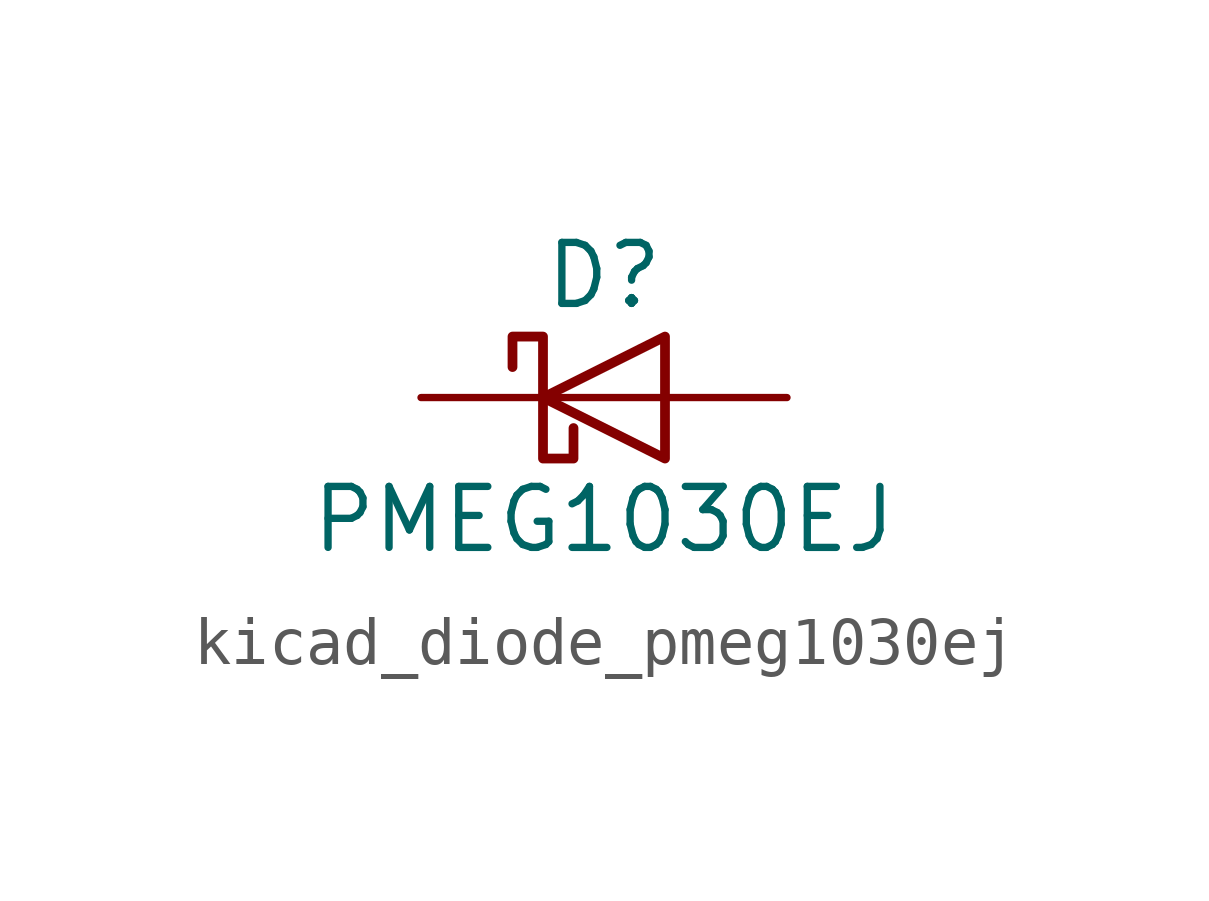
<source format=kicad_sym>
(kicad_symbol_lib
  (version 20220914)
  (generator kicad_symbol_editor)
  (symbol "kicad_diode_pmeg1030ej"
    (pin_numbers hide)
    (pin_names hide)
    (property "Reference" "D"
      (at 0 2.54 0)
      (effects (font (size 1.27 1.27))))
    (property "Value" "PMEG1030EJ"
      (at 0 -2.54 0)
      (effects (font (size 1.27 1.27))))
    (symbol "kicad_diode_pmeg1030ej_0_1"
      (polyline (pts (xy 1.27 0) (xy -1.27 0)) (stroke (width 0) (type default)) (fill (type none)))
      (polyline (pts (xy 1.27 1.27) (xy 1.27 -1.27) (xy -1.27 0) (xy 1.27 1.27)) (stroke (width 0.203) (type default)) (fill (type none)))
      (polyline (pts (xy -1.905 0.635) (xy -1.905 1.27) (xy -1.27 1.27) (xy -1.27 -1.27) (xy -0.635 -1.27) (xy -0.635 -0.635)) (stroke (width 0.203) (type default)) (fill (type none))))
    (symbol "kicad_diode_pmeg1030ej_1_1"
      (pin passive line (at -3.81 0 0) (length 2.54) (name "K" (effects (font (size 1.27 1.27)))) (number "1" (effects (font (size 1.27 1.27)))))
      (pin passive line (at 3.81 0 180) (length 2.54) (name "A" (effects (font (size 1.27 1.27)))) (number "2" (effects (font (size 1.27 1.27))))))))
</source>
